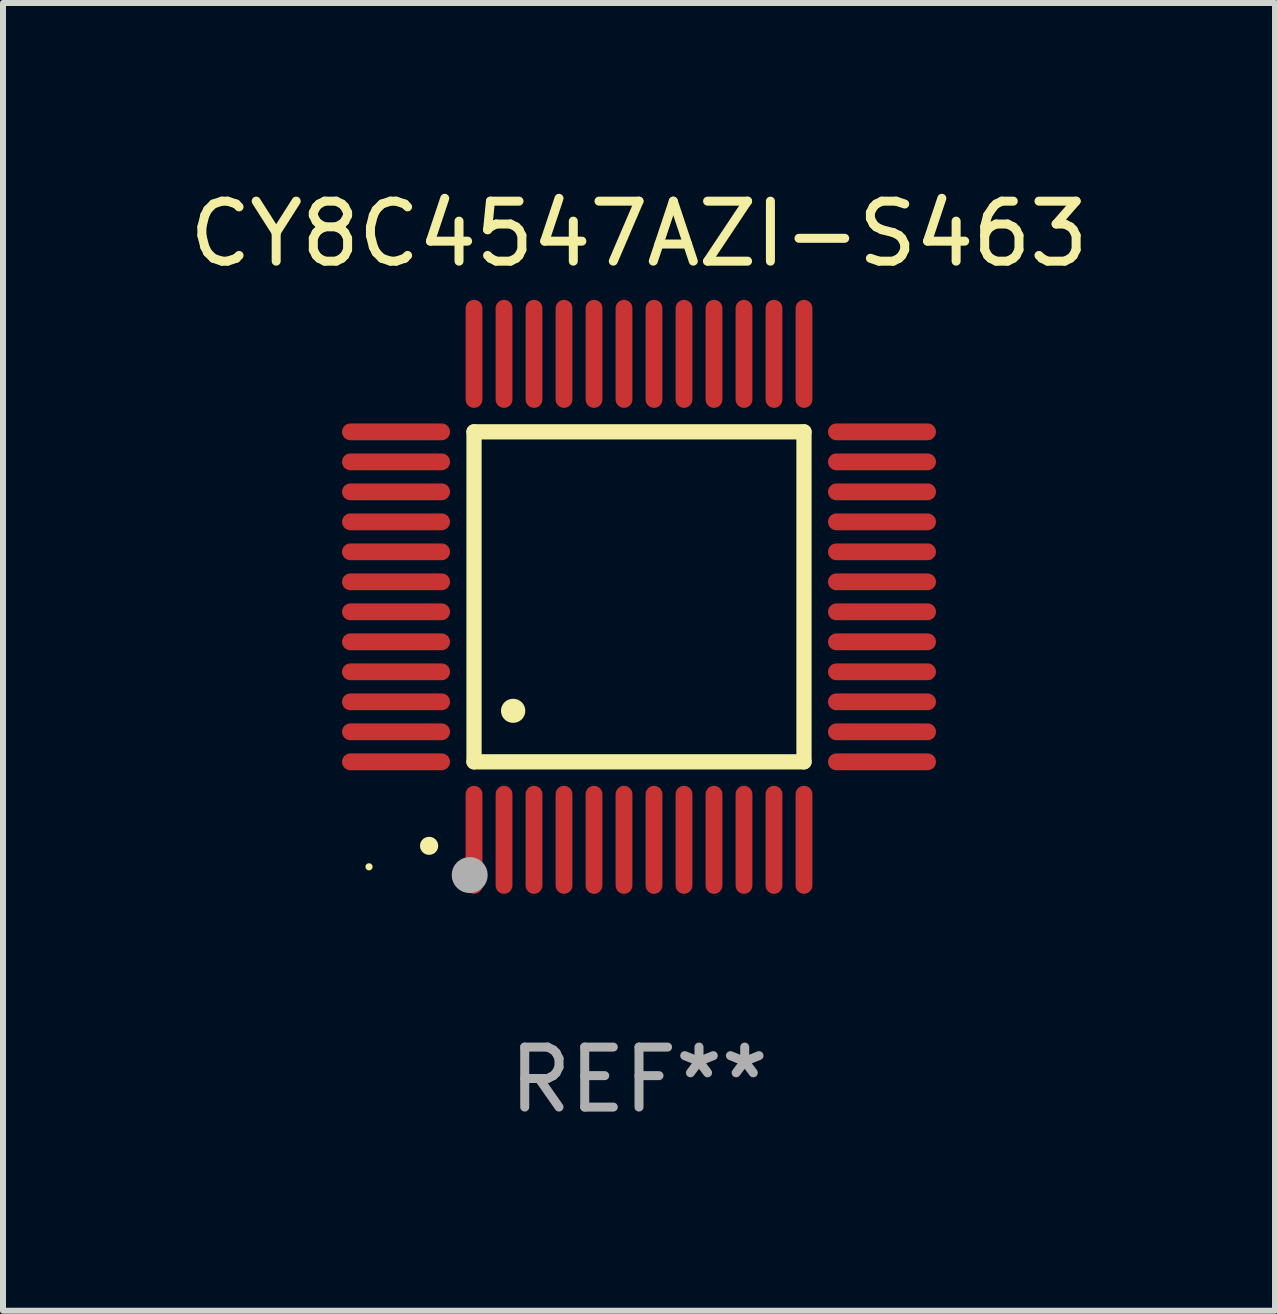
<source format=kicad_pcb>
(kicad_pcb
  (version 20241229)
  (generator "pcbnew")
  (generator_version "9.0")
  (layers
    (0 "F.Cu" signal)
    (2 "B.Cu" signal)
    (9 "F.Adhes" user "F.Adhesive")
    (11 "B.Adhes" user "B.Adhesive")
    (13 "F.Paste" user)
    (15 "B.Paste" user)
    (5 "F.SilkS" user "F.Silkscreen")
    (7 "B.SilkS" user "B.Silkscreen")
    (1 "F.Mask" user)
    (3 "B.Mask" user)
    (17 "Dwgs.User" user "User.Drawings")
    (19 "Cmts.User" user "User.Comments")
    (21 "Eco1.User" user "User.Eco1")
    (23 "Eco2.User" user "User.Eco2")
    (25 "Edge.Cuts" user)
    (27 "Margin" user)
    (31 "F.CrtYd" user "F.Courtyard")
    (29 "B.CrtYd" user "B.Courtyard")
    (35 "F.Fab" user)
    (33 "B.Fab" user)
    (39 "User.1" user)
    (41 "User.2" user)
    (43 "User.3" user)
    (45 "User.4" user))
  (footprint "CY8C4547AZI-S463"
    (layer "F.Cu")
    (at 7.601 6.898)
    (property "Reference" "CY8C4547AZI-S463" (at 0 -6.05 0) (layer "F.SilkS") (effects (font (size 1 1) (thickness 0.15))))
    (attr through_hole)
    (fp_line (start -2.75 -2.75) (end 2.75 -2.75) (stroke (width 0.254) (type solid)) (layer "F.SilkS"))
    (fp_line (start -2.75 2.75) (end -2.75 -2.75) (stroke (width 0.254) (type solid)) (layer "F.SilkS"))
    (fp_line (start 2.75 -2.75) (end 2.75 2.75) (stroke (width 0.254) (type solid)) (layer "F.SilkS"))
    (fp_line (start 2.75 2.75) (end -2.75 2.75) (stroke (width 0.254) (type solid)) (layer "F.SilkS"))
    (fp_arc (start -3.500127 4.150368) (mid -3.498857 4.150363) (end -3.497587 4.150368) (stroke (width 0.3) (type solid)) (layer "F.SilkS"))
    (fp_arc (start -2.100584 1.899924) (mid -2.098044 1.899908) (end -2.095504 1.899924) (stroke (width 0.4) (type solid)) (layer "F.SilkS"))
    (fp_circle (center -4.5 4.5) (end -4.47 4.5) (stroke (width 0.06) (type solid)) (fill no) (layer "F.SilkS"))
    (fp_circle (center -2.822 4.638) (end -2.672 4.638) (stroke (width 0.3) (type solid)) (fill no) (layer "F.Fab"))
    (fp_text user "REF**" (at 0 8.05 0) (layer "F.Fab") (effects (font (size 1 1) (thickness 0.15))))
    (pad "1" smd oval (at -2.75 4.05) (size 0.28 1.8) (layers "F.Cu" "F.Mask" "F.Paste"))
    (pad "2" smd oval (at -2.25 4.05) (size 0.28 1.8) (layers "F.Cu" "F.Mask" "F.Paste"))
    (pad "3" smd oval (at -1.75 4.05) (size 0.28 1.8) (layers "F.Cu" "F.Mask" "F.Paste"))
    (pad "4" smd oval (at -1.25 4.05) (size 0.28 1.8) (layers "F.Cu" "F.Mask" "F.Paste"))
    (pad "5" smd oval (at -0.75 4.05) (size 0.28 1.8) (layers "F.Cu" "F.Mask" "F.Paste"))
    (pad "6" smd oval (at -0.25 4.05) (size 0.28 1.8) (layers "F.Cu" "F.Mask" "F.Paste"))
    (pad "7" smd oval (at 0.25 4.05) (size 0.28 1.8) (layers "F.Cu" "F.Mask" "F.Paste"))
    (pad "8" smd oval (at 0.75 4.05) (size 0.28 1.8) (layers "F.Cu" "F.Mask" "F.Paste"))
    (pad "9" smd oval (at 1.25 4.05) (size 0.28 1.8) (layers "F.Cu" "F.Mask" "F.Paste"))
    (pad "10" smd oval (at 1.75 4.05) (size 0.28 1.8) (layers "F.Cu" "F.Mask" "F.Paste"))
    (pad "11" smd oval (at 2.25 4.05) (size 0.28 1.8) (layers "F.Cu" "F.Mask" "F.Paste"))
    (pad "12" smd oval (at 2.75 4.05) (size 0.28 1.8) (layers "F.Cu" "F.Mask" "F.Paste"))
    (pad "13" smd oval (at 4.05 2.75) (size 1.8 0.28) (layers "F.Cu" "F.Mask" "F.Paste"))
    (pad "14" smd oval (at 4.05 2.25) (size 1.8 0.28) (layers "F.Cu" "F.Mask" "F.Paste"))
    (pad "15" smd oval (at 4.05 1.75) (size 1.8 0.28) (layers "F.Cu" "F.Mask" "F.Paste"))
    (pad "16" smd oval (at 4.05 1.25) (size 1.8 0.28) (layers "F.Cu" "F.Mask" "F.Paste"))
    (pad "17" smd oval (at 4.05 0.75) (size 1.8 0.28) (layers "F.Cu" "F.Mask" "F.Paste"))
    (pad "18" smd oval (at 4.05 0.25) (size 1.8 0.28) (layers "F.Cu" "F.Mask" "F.Paste"))
    (pad "19" smd oval (at 4.05 -0.25) (size 1.8 0.28) (layers "F.Cu" "F.Mask" "F.Paste"))
    (pad "20" smd oval (at 4.05 -0.75) (size 1.8 0.28) (layers "F.Cu" "F.Mask" "F.Paste"))
    (pad "21" smd oval (at 4.05 -1.25) (size 1.8 0.28) (layers "F.Cu" "F.Mask" "F.Paste"))
    (pad "22" smd oval (at 4.05 -1.75) (size 1.8 0.28) (layers "F.Cu" "F.Mask" "F.Paste"))
    (pad "23" smd oval (at 4.05 -2.25) (size 1.8 0.28) (layers "F.Cu" "F.Mask" "F.Paste"))
    (pad "24" smd oval (at 4.05 -2.75) (size 1.8 0.28) (layers "F.Cu" "F.Mask" "F.Paste"))
    (pad "25" smd oval (at 2.75 -4.05) (size 0.28 1.8) (layers "F.Cu" "F.Mask" "F.Paste"))
    (pad "26" smd oval (at 2.25 -4.05) (size 0.28 1.8) (layers "F.Cu" "F.Mask" "F.Paste"))
    (pad "27" smd oval (at 1.75 -4.05) (size 0.28 1.8) (layers "F.Cu" "F.Mask" "F.Paste"))
    (pad "28" smd oval (at 1.25 -4.05) (size 0.28 1.8) (layers "F.Cu" "F.Mask" "F.Paste"))
    (pad "29" smd oval (at 0.75 -4.05) (size 0.28 1.8) (layers "F.Cu" "F.Mask" "F.Paste"))
    (pad "30" smd oval (at 0.25 -4.05) (size 0.28 1.8) (layers "F.Cu" "F.Mask" "F.Paste"))
    (pad "31" smd oval (at -0.25 -4.05) (size 0.28 1.8) (layers "F.Cu" "F.Mask" "F.Paste"))
    (pad "32" smd oval (at -0.75 -4.05) (size 0.28 1.8) (layers "F.Cu" "F.Mask" "F.Paste"))
    (pad "33" smd oval (at -1.25 -4.05) (size 0.28 1.8) (layers "F.Cu" "F.Mask" "F.Paste"))
    (pad "34" smd oval (at -1.75 -4.05) (size 0.28 1.8) (layers "F.Cu" "F.Mask" "F.Paste"))
    (pad "35" smd oval (at -2.25 -4.05) (size 0.28 1.8) (layers "F.Cu" "F.Mask" "F.Paste"))
    (pad "36" smd oval (at -2.75 -4.05) (size 0.28 1.8) (layers "F.Cu" "F.Mask" "F.Paste"))
    (pad "37" smd oval (at -4.05 -2.75) (size 1.8 0.28) (layers "F.Cu" "F.Mask" "F.Paste"))
    (pad "38" smd oval (at -4.05 -2.25) (size 1.8 0.28) (layers "F.Cu" "F.Mask" "F.Paste"))
    (pad "39" smd oval (at -4.05 -1.75) (size 1.8 0.28) (layers "F.Cu" "F.Mask" "F.Paste"))
    (pad "40" smd oval (at -4.05 -1.25) (size 1.8 0.28) (layers "F.Cu" "F.Mask" "F.Paste"))
    (pad "41" smd oval (at -4.05 -0.75) (size 1.8 0.28) (layers "F.Cu" "F.Mask" "F.Paste"))
    (pad "42" smd oval (at -4.05 -0.25) (size 1.8 0.28) (layers "F.Cu" "F.Mask" "F.Paste"))
    (pad "43" smd oval (at -4.05 0.25) (size 1.8 0.28) (layers "F.Cu" "F.Mask" "F.Paste"))
    (pad "44" smd oval (at -4.05 0.75) (size 1.8 0.28) (layers "F.Cu" "F.Mask" "F.Paste"))
    (pad "45" smd oval (at -4.05 1.25) (size 1.8 0.28) (layers "F.Cu" "F.Mask" "F.Paste"))
    (pad "46" smd oval (at -4.05 1.75) (size 1.8 0.28) (layers "F.Cu" "F.Mask" "F.Paste"))
    (pad "47" smd oval (at -4.05 2.25) (size 1.8 0.28) (layers "F.Cu" "F.Mask" "F.Paste"))
    (pad "48" smd oval (at -4.05 2.75) (size 1.8 0.28) (layers "F.Cu" "F.Mask" "F.Paste")))
  (gr_rect
    (start -3 -3)
    (end 18.202 18.797)
    (stroke (width 0.1) (type default))
    (fill no)
    (layer "Edge.Cuts")))
</source>
